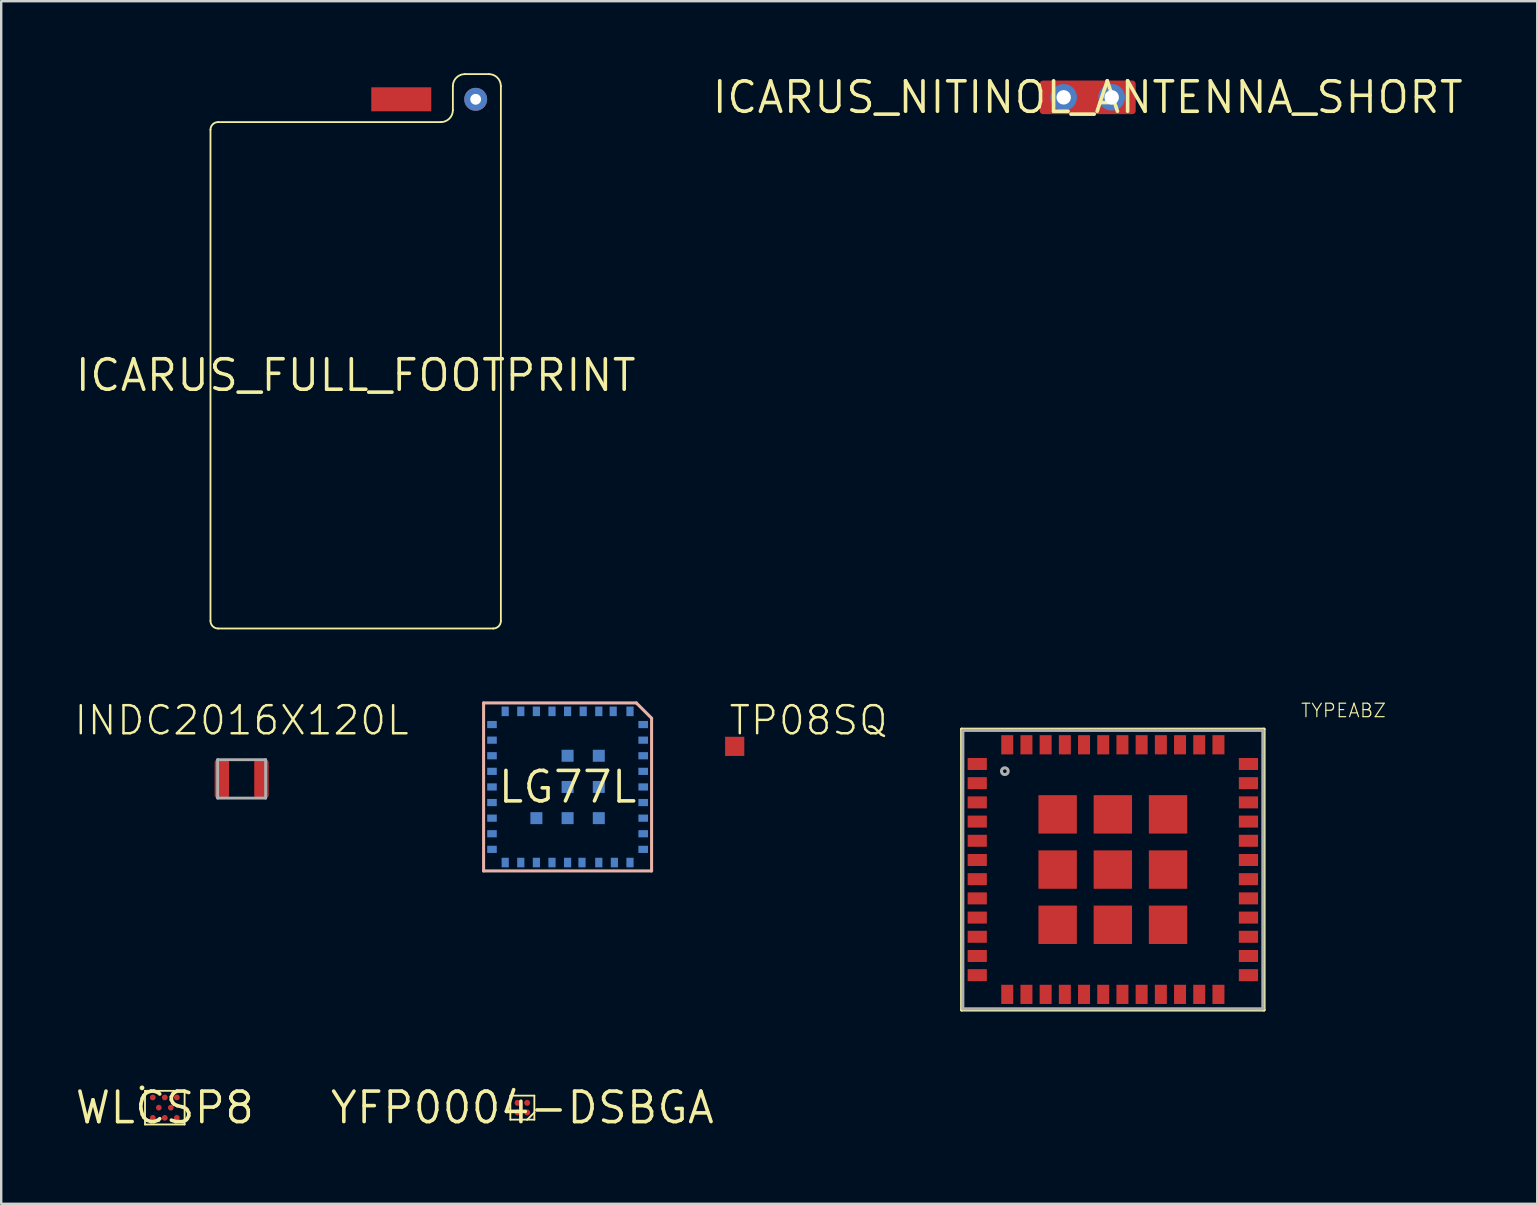
<source format=kicad_pcb>
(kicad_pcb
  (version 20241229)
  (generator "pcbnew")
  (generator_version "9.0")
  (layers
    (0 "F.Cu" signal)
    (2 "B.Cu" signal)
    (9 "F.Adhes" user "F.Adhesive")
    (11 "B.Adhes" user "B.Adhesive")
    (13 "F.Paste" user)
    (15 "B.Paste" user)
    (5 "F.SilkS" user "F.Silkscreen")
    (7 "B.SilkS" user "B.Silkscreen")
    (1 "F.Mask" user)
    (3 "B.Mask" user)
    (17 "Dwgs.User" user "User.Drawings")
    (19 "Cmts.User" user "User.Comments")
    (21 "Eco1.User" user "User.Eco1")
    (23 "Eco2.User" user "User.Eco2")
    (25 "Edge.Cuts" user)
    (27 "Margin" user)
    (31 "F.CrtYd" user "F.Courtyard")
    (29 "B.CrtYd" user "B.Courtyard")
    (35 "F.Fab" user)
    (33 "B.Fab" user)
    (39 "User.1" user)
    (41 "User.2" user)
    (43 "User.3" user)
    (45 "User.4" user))
  (footprint "YFP0004-DSBGA"
    (layer "F.Cu")
    (at 18.715 43.103)
    (property "Reference" "YFP0004-DSBGA" (at 0 0 0) (layer "F.SilkS") (effects (font (size 1.27 1.27) (thickness 0.15))))
    (fp_line (start -0.5 -0.5) (end -0.5 0.5) (stroke (width 0.076) (type solid)) (layer "F.SilkS"))
    (fp_line (start -0.5 0.5) (end 0.2 0.5) (stroke (width 0.076) (type solid)) (layer "F.SilkS"))
    (fp_line (start 0.2 0.5) (end 0.5 0.2) (stroke (width 0.076) (type solid)) (layer "F.SilkS"))
    (fp_line (start 0.2 0.5) (end 0.5 0.5) (stroke (width 0.076) (type solid)) (layer "F.SilkS"))
    (fp_line (start 0.5 -0.5) (end -0.5 -0.5) (stroke (width 0.076) (type solid)) (layer "F.SilkS"))
    (fp_line (start 0.5 0.2) (end 0.5 -0.5) (stroke (width 0.076) (type solid)) (layer "F.SilkS"))
    (fp_line (start 0.5 0.5) (end 0.5 0.2) (stroke (width 0.076) (type solid)) (layer "F.SilkS"))
    (pad "A1" smd roundrect (at 0.2 0.2) (size 0.25 0.25) (layers "F.Cu" "F.Mask" "F.Paste") (roundrect_rratio 0.5))
    (pad "A2" smd roundrect (at -0.2 0.2) (size 0.25 0.25) (layers "F.Cu" "F.Mask" "F.Paste") (roundrect_rratio 0.5))
    (pad "B1" smd roundrect (at 0.2 -0.2) (size 0.25 0.25) (layers "F.Cu" "F.Mask" "F.Paste") (roundrect_rratio 0.5))
    (pad "B2" smd roundrect (at -0.2 -0.2) (size 0.25 0.25) (layers "F.Cu" "F.Mask" "F.Paste") (roundrect_rratio 0.5)))
  (footprint "TP08SQ"
    (layer "F.Cu")
    (at 27.563 28.049)
    (property "Reference" "TP08SQ" (at -0.3 -0.4 0) (layer "F.SilkS") (effects (font (size 1.168 1.168) (thickness 0.102)) (justify left bottom)))
    (pad "TP" smd rect (at 0 0) (size 0.8 0.8) (layers "F.Cu" "F.Mask")))
  (footprint "LG77L"
    (layer "F.Cu")
    (at 20.6 29.74)
    (property "Reference" "LG77L" (at 0 0 0) (layer "F.SilkS") (effects (font (size 1.27 1.27) (thickness 0.15))))
    (fp_line (start -3.5 -3.5) (end 2.865 -3.5) (stroke (width 0.127) (type solid)) (layer "B.SilkS"))
    (fp_line (start -3.5 3.5) (end -3.5 -3.5) (stroke (width 0.127) (type solid)) (layer "B.SilkS"))
    (fp_line (start 2.865 -3.5) (end 3.5 -2.865) (stroke (width 0.127) (type solid)) (layer "B.SilkS"))
    (fp_line (start 3.5 -2.865) (end 3.5 3.5) (stroke (width 0.127) (type solid)) (layer "B.SilkS"))
    (fp_line (start 3.5 3.5) (end -3.5 3.5) (stroke (width 0.127) (type solid)) (layer "B.SilkS"))
    (pad "P$1" smd rect (at 3.15 -2.6 270) (size 0.3 0.4) (layers "B.Cu" "B.Mask" "B.Paste"))
    (pad "P$2" smd rect (at 3.15 -1.95 90) (size 0.3 0.4) (layers "B.Cu" "B.Mask" "B.Paste"))
    (pad "P$3" smd rect (at 3.15 -1.3 90) (size 0.3 0.4) (layers "B.Cu" "B.Mask" "B.Paste"))
    (pad "P$4" smd rect (at 3.15 -0.65 90) (size 0.3 0.4) (layers "B.Cu" "B.Mask" "B.Paste"))
    (pad "P$5" smd rect (at 3.15 0 90) (size 0.3 0.4) (layers "B.Cu" "B.Mask" "B.Paste"))
    (pad "P$6" smd rect (at 3.15 0.65 90) (size 0.3 0.4) (layers "B.Cu" "B.Mask" "B.Paste"))
    (pad "P$7" smd rect (at 3.15 1.3 90) (size 0.3 0.4) (layers "B.Cu" "B.Mask" "B.Paste"))
    (pad "P$8" smd rect (at 3.15 1.95 90) (size 0.3 0.4) (layers "B.Cu" "B.Mask" "B.Paste"))
    (pad "P$9" smd rect (at 3.15 2.6 90) (size 0.3 0.4) (layers "B.Cu" "B.Mask" "B.Paste"))
    (pad "P$10" smd rect (at 2.6 3.15 180) (size 0.3 0.4) (layers "B.Cu" "B.Mask" "B.Paste"))
    (pad "P$11" smd rect (at 1.95 3.15 180) (size 0.3 0.4) (layers "B.Cu" "B.Mask" "B.Paste"))
    (pad "P$12" smd rect (at 1.3 3.15 180) (size 0.3 0.4) (layers "B.Cu" "B.Mask" "B.Paste"))
    (pad "P$13" smd rect (at 0.6 3.15 180) (size 0.3 0.4) (layers "B.Cu" "B.Mask" "B.Paste"))
    (pad "P$14" smd rect (at 0 3.15 180) (size 0.3 0.4) (layers "B.Cu" "B.Mask" "B.Paste"))
    (pad "P$15" smd rect (at -0.65 3.15 180) (size 0.3 0.4) (layers "B.Cu" "B.Mask" "B.Paste"))
    (pad "P$16" smd rect (at -1.3 3.15 180) (size 0.3 0.4) (layers "B.Cu" "B.Mask" "B.Paste"))
    (pad "P$17" smd rect (at -1.95 3.15 180) (size 0.3 0.4) (layers "B.Cu" "B.Mask" "B.Paste"))
    (pad "P$18" smd rect (at -2.6 3.15 180) (size 0.3 0.4) (layers "B.Cu" "B.Mask" "B.Paste"))
    (pad "P$19" smd rect (at -3.15 2.6 270) (size 0.3 0.4) (layers "B.Cu" "B.Mask" "B.Paste"))
    (pad "P$20" smd rect (at -3.15 1.95 270) (size 0.3 0.4) (layers "B.Cu" "B.Mask" "B.Paste"))
    (pad "P$21" smd rect (at -3.15 1.3 270) (size 0.3 0.4) (layers "B.Cu" "B.Mask" "B.Paste"))
    (pad "P$22" smd rect (at -3.15 0.65 270) (size 0.3 0.4) (layers "B.Cu" "B.Mask" "B.Paste"))
    (pad "P$23" smd rect (at -3.15 0 270) (size 0.3 0.4) (layers "B.Cu" "B.Mask" "B.Paste"))
    (pad "P$24" smd rect (at -3.15 -0.65 270) (size 0.3 0.4) (layers "B.Cu" "B.Mask" "B.Paste"))
    (pad "P$25" smd rect (at -3.15 -1.3 270) (size 0.3 0.4) (layers "B.Cu" "B.Mask" "B.Paste"))
    (pad "P$26" smd rect (at -3.15 -1.95 270) (size 0.3 0.4) (layers "B.Cu" "B.Mask" "B.Paste"))
    (pad "P$27" smd rect (at -3.15 -2.6 270) (size 0.3 0.4) (layers "B.Cu" "B.Mask" "B.Paste"))
    (pad "P$28" smd rect (at -2.6 -3.15) (size 0.3 0.4) (layers "B.Cu" "B.Mask" "B.Paste"))
    (pad "P$29" smd rect (at -1.95 -3.15) (size 0.3 0.4) (layers "B.Cu" "B.Mask" "B.Paste"))
    (pad "P$30" smd rect (at -1.3 -3.15) (size 0.3 0.4) (layers "B.Cu" "B.Mask" "B.Paste"))
    (pad "P$31" smd rect (at -0.65 -3.15) (size 0.3 0.4) (layers "B.Cu" "B.Mask" "B.Paste"))
    (pad "P$32" smd rect (at 0 -3.15) (size 0.3 0.4) (layers "B.Cu" "B.Mask" "B.Paste"))
    (pad "P$33" smd rect (at 0.65 -3.15) (size 0.3 0.4) (layers "B.Cu" "B.Mask" "B.Paste"))
    (pad "P$34" smd rect (at 1.3 -3.15) (size 0.3 0.4) (layers "B.Cu" "B.Mask" "B.Paste"))
    (pad "P$35" smd rect (at 1.9 -3.15) (size 0.3 0.4) (layers "B.Cu" "B.Mask" "B.Paste"))
    (pad "P$36" smd rect (at 2.6 -3.15) (size 0.3 0.4) (layers "B.Cu" "B.Mask" "B.Paste"))
    (pad "P$37" smd rect (at 0 0) (size 0.5 0.5) (layers "B.Cu" "B.Mask" "B.Paste"))
    (pad "P$38" smd rect (at 0 -1.3) (size 0.5 0.5) (layers "B.Cu" "B.Mask" "B.Paste"))
    (pad "P$39" smd rect (at 1.3 -1.3) (size 0.5 0.5) (layers "B.Cu" "B.Mask" "B.Paste"))
    (pad "P$40" smd rect (at 1.3 0) (size 0.5 0.5) (layers "B.Cu" "B.Mask" "B.Paste"))
    (pad "P$41" smd rect (at 1.3 1.3) (size 0.5 0.5) (layers "B.Cu" "B.Mask" "B.Paste"))
    (pad "P$42" smd rect (at 0 1.3) (size 0.5 0.5) (layers "B.Cu" "B.Mask" "B.Paste"))
    (pad "P$43" smd rect (at -1.3 1.3) (size 0.5 0.5) (layers "B.Cu" "B.Mask" "B.Paste")))
  (footprint "TYPEABZ"
    (layer "F.Cu")
    (at 43.319 33.183)
    (property "Reference" "TYPEABZ" (at 7.8 -6.3 0) (layer "F.SilkS") (effects (font (size 0.561 0.561) (thickness 0.049)) (justify left bottom)))
    (fp_line (start -6.3 -5.85) (end 6.3 -5.85) (stroke (width 0.127) (type solid)) (layer "F.SilkS"))
    (fp_line (start -6.3 5.85) (end -6.3 -5.85) (stroke (width 0.127) (type solid)) (layer "F.SilkS"))
    (fp_line (start 6.3 -5.85) (end 6.3 5.85) (stroke (width 0.127) (type solid)) (layer "F.SilkS"))
    (fp_line (start 6.3 5.85) (end -6.3 5.85) (stroke (width 0.127) (type solid)) (layer "F.SilkS"))
    (fp_line (start -6.25 -5.8) (end 6.25 -5.8) (stroke (width 0.127) (type solid)) (layer "F.Fab"))
    (fp_line (start -6.25 5.8) (end -6.25 -5.8) (stroke (width 0.127) (type solid)) (layer "F.Fab"))
    (fp_line (start 6.25 -5.8) (end 6.25 5.8) (stroke (width 0.127) (type solid)) (layer "F.Fab"))
    (fp_line (start 6.25 5.8) (end -6.25 5.8) (stroke (width 0.127) (type solid)) (layer "F.Fab"))
    (fp_circle (center -4.5 -4.1) (end -4.359 -4.1) (stroke (width 0.127) (type solid)) (fill no) (layer "F.Fab"))
    (pad "P$1" smd rect (at -5.65 -4.4) (size 0.8 0.5) (layers "F.Cu" "F.Mask" "F.Paste"))
    (pad "P$2" smd rect (at -5.65 -3.6) (size 0.8 0.5) (layers "F.Cu" "F.Mask" "F.Paste"))
    (pad "P$3" smd rect (at -5.65 -2.8) (size 0.8 0.5) (layers "F.Cu" "F.Mask" "F.Paste"))
    (pad "P$4" smd rect (at -5.65 -2) (size 0.8 0.5) (layers "F.Cu" "F.Mask" "F.Paste"))
    (pad "P$5" smd rect (at -5.65 -1.2) (size 0.8 0.5) (layers "F.Cu" "F.Mask" "F.Paste"))
    (pad "P$6" smd rect (at -5.65 -0.4) (size 0.8 0.5) (layers "F.Cu" "F.Mask" "F.Paste"))
    (pad "P$7" smd rect (at -5.65 0.4) (size 0.8 0.5) (layers "F.Cu" "F.Mask" "F.Paste"))
    (pad "P$8" smd rect (at -5.65 1.2) (size 0.8 0.5) (layers "F.Cu" "F.Mask" "F.Paste"))
    (pad "P$9" smd rect (at -5.65 2) (size 0.8 0.5) (layers "F.Cu" "F.Mask" "F.Paste"))
    (pad "P$10" smd rect (at -5.65 2.8) (size 0.8 0.5) (layers "F.Cu" "F.Mask" "F.Paste"))
    (pad "P$11" smd rect (at -5.65 3.6) (size 0.8 0.5) (layers "F.Cu" "F.Mask" "F.Paste"))
    (pad "P$12" smd rect (at -5.65 4.4) (size 0.8 0.5) (layers "F.Cu" "F.Mask" "F.Paste"))
    (pad "P$13" smd rect (at -4.4 5.2 90) (size 0.8 0.5) (layers "F.Cu" "F.Mask" "F.Paste"))
    (pad "P$14" smd rect (at -3.6 5.2 90) (size 0.8 0.5) (layers "F.Cu" "F.Mask" "F.Paste"))
    (pad "P$15" smd rect (at -2.8 5.2 90) (size 0.8 0.5) (layers "F.Cu" "F.Mask" "F.Paste"))
    (pad "P$16" smd rect (at -2 5.2 90) (size 0.8 0.5) (layers "F.Cu" "F.Mask" "F.Paste"))
    (pad "P$17" smd rect (at -1.2 5.2 90) (size 0.8 0.5) (layers "F.Cu" "F.Mask" "F.Paste"))
    (pad "P$18" smd rect (at -0.4 5.2 90) (size 0.8 0.5) (layers "F.Cu" "F.Mask" "F.Paste"))
    (pad "P$19" smd rect (at 0.4 5.2 90) (size 0.8 0.5) (layers "F.Cu" "F.Mask" "F.Paste"))
    (pad "P$20" smd rect (at 1.2 5.2 90) (size 0.8 0.5) (layers "F.Cu" "F.Mask" "F.Paste"))
    (pad "P$21" smd rect (at 2 5.2 90) (size 0.8 0.5) (layers "F.Cu" "F.Mask" "F.Paste"))
    (pad "P$22" smd rect (at 2.8 5.2 90) (size 0.8 0.5) (layers "F.Cu" "F.Mask" "F.Paste"))
    (pad "P$23" smd rect (at 3.6 5.2 90) (size 0.8 0.5) (layers "F.Cu" "F.Mask" "F.Paste"))
    (pad "P$24" smd rect (at 4.4 5.2 90) (size 0.8 0.5) (layers "F.Cu" "F.Mask" "F.Paste"))
    (pad "P$25" smd rect (at 5.65 4.4 180) (size 0.8 0.5) (layers "F.Cu" "F.Mask" "F.Paste"))
    (pad "P$26" smd rect (at 5.65 3.6 180) (size 0.8 0.5) (layers "F.Cu" "F.Mask" "F.Paste"))
    (pad "P$27" smd rect (at 5.65 2.8 180) (size 0.8 0.5) (layers "F.Cu" "F.Mask" "F.Paste"))
    (pad "P$28" smd rect (at 5.65 2 180) (size 0.8 0.5) (layers "F.Cu" "F.Mask" "F.Paste"))
    (pad "P$29" smd rect (at 5.65 1.2 180) (size 0.8 0.5) (layers "F.Cu" "F.Mask" "F.Paste"))
    (pad "P$30" smd rect (at 5.65 0.4 180) (size 0.8 0.5) (layers "F.Cu" "F.Mask" "F.Paste"))
    (pad "P$31" smd rect (at 5.65 -0.4 180) (size 0.8 0.5) (layers "F.Cu" "F.Mask" "F.Paste"))
    (pad "P$32" smd rect (at 5.65 -1.2 180) (size 0.8 0.5) (layers "F.Cu" "F.Mask" "F.Paste"))
    (pad "P$33" smd rect (at 5.65 -2 180) (size 0.8 0.5) (layers "F.Cu" "F.Mask" "F.Paste"))
    (pad "P$34" smd rect (at 5.65 -2.8 180) (size 0.8 0.5) (layers "F.Cu" "F.Mask" "F.Paste"))
    (pad "P$35" smd rect (at 5.65 -3.6 180) (size 0.8 0.5) (layers "F.Cu" "F.Mask" "F.Paste"))
    (pad "P$36" smd rect (at 5.65 -4.4 180) (size 0.8 0.5) (layers "F.Cu" "F.Mask" "F.Paste"))
    (pad "P$37" smd rect (at 4.4 -5.2 270) (size 0.8 0.5) (layers "F.Cu" "F.Mask" "F.Paste"))
    (pad "P$38" smd rect (at 3.6 -5.2 270) (size 0.8 0.5) (layers "F.Cu" "F.Mask" "F.Paste"))
    (pad "P$39" smd rect (at 2.8 -5.2 270) (size 0.8 0.5) (layers "F.Cu" "F.Mask" "F.Paste"))
    (pad "P$40" smd rect (at 2 -5.2 270) (size 0.8 0.5) (layers "F.Cu" "F.Mask" "F.Paste"))
    (pad "P$41" smd rect (at 1.2 -5.2 270) (size 0.8 0.5) (layers "F.Cu" "F.Mask" "F.Paste"))
    (pad "P$42" smd rect (at 0.4 -5.2 270) (size 0.8 0.5) (layers "F.Cu" "F.Mask" "F.Paste"))
    (pad "P$43" smd rect (at -0.4 -5.2 270) (size 0.8 0.5) (layers "F.Cu" "F.Mask" "F.Paste"))
    (pad "P$44" smd rect (at -1.2 -5.2 270) (size 0.8 0.5) (layers "F.Cu" "F.Mask" "F.Paste"))
    (pad "P$45" smd rect (at -2 -5.2 270) (size 0.8 0.5) (layers "F.Cu" "F.Mask" "F.Paste"))
    (pad "P$46" smd rect (at -2.8 -5.2 270) (size 0.8 0.5) (layers "F.Cu" "F.Mask" "F.Paste"))
    (pad "P$47" smd rect (at -3.6 -5.2 270) (size 0.8 0.5) (layers "F.Cu" "F.Mask" "F.Paste"))
    (pad "P$48" smd rect (at -4.4 -5.2 270) (size 0.8 0.5) (layers "F.Cu" "F.Mask" "F.Paste"))
    (pad "P$49" smd rect (at -2.3 -2.3) (size 1.6 1.6) (layers "F.Cu" "F.Mask" "F.Paste"))
    (pad "P$50" smd rect (at 0 -2.3) (size 1.6 1.6) (layers "F.Cu" "F.Mask" "F.Paste"))
    (pad "P$51" smd rect (at 2.3 -2.3) (size 1.6 1.6) (layers "F.Cu" "F.Mask" "F.Paste"))
    (pad "P$52" smd rect (at -2.3 0) (size 1.6 1.6) (layers "F.Cu" "F.Mask" "F.Paste"))
    (pad "P$53" smd rect (at 0 0) (size 1.6 1.6) (layers "F.Cu" "F.Mask" "F.Paste"))
    (pad "P$54" smd rect (at 2.3 0) (size 1.6 1.6) (layers "F.Cu" "F.Mask" "F.Paste"))
    (pad "P$55" smd rect (at -2.3 2.3) (size 1.6 1.6) (layers "F.Cu" "F.Mask" "F.Paste"))
    (pad "P$56" smd rect (at 0 2.3) (size 1.6 1.6) (layers "F.Cu" "F.Mask" "F.Paste"))
    (pad "P$57" smd rect (at 2.3 2.3) (size 1.6 1.6) (layers "F.Cu" "F.Mask" "F.Paste")))
  (footprint "ICARUS_FULL_FOOTPRINT"
    (layer "F.Cu")
    (at 11.77 12.588)
    (property "Reference" "ICARUS_FULL_FOOTPRINT" (at 0 0 0) (layer "F.SilkS") (effects (font (size 1.27 1.27) (thickness 0.15))))
    (fp_line (start -6.05 -10.232) (end -6.05 10.232) (stroke (width 0.076) (type solid)) (layer "F.SilkS"))
    (fp_line (start -5.732 10.55) (end 5.732 10.55) (stroke (width 0.076) (type solid)) (layer "F.SilkS"))
    (fp_line (start 3.55 -10.55) (end -5.732 -10.55) (stroke (width 0.076) (type solid)) (layer "F.SilkS"))
    (fp_line (start 4.05 -12.05) (end 4.05 -11.05) (stroke (width 0.076) (type solid)) (layer "F.SilkS"))
    (fp_line (start 5.55 -12.55) (end 4.55 -12.55) (stroke (width 0.076) (type solid)) (layer "F.SilkS"))
    (fp_line (start 6.05 10.232) (end 6.05 -12.05) (stroke (width 0.076) (type solid)) (layer "F.SilkS"))
    (fp_arc (start -6.05 -10.2325) (mid -5.957006 -10.457006) (end -5.7325 -10.55) (stroke (width 0.0762) (type solid)) (layer "F.SilkS"))
    (fp_arc (start -5.7325 10.55) (mid -5.957006 10.457006) (end -6.05 10.2325) (stroke (width 0.0762) (type solid)) (layer "F.SilkS"))
    (fp_arc (start 4.05 -12.05) (mid 4.196447 -12.403553) (end 4.55 -12.55) (stroke (width 0.0762) (type solid)) (layer "F.SilkS"))
    (fp_arc (start 4.05 -11.05) (mid 3.903553 -10.696447) (end 3.55 -10.55) (stroke (width 0.0762) (type solid)) (layer "F.SilkS"))
    (fp_arc (start 5.55 -12.55) (mid 5.903553 -12.403553) (end 6.05 -12.05) (stroke (width 0.0762) (type solid)) (layer "F.SilkS"))
    (fp_arc (start 6.05 10.2325) (mid 5.957006 10.457006) (end 5.7325 10.55) (stroke (width 0.0762) (type solid)) (layer "F.SilkS"))
    (pad "P$1" thru_hole circle (at 5 -11.5) (size 0.958 0.958) (drill 0.45) (layers "*.Cu" "*.Mask"))
    (pad "P$2" smd rect (at 1.9 -11.5) (size 2.5 1) (layers "F.Cu" "F.Mask" "F.Paste")))
  (footprint "ICARUS_NITINOL_ANTENNA_SHORT"
    (layer "F.Cu")
    (at 42.271 1.006)
    (property "Reference" "ICARUS_NITINOL_ANTENNA_SHORT" (at 0 0 0) (layer "F.SilkS") (effects (font (size 1.27 1.27) (thickness 0.15))))
    (pad "1" smd roundrect (at 0 0 90) (size 1.4 4) (layers "F.Cu" "F.Mask" "F.Paste") (roundrect_rratio 0.1))
    (pad "2" thru_hole circle (at -1 0) (size 1.108 1.108) (drill 0.6) (layers "*.Cu" "*.Mask"))
    (pad "3" thru_hole circle (at 1 0) (size 1.108 1.108) (drill 0.6) (layers "*.Cu" "*.Mask")))
  (footprint "WLCSP8"
    (layer "F.Cu")
    (at 3.817 43.103)
    (property "Reference" "WLCSP8" (at 0 0 0) (layer "F.SilkS") (effects (font (size 1.27 1.27) (thickness 0.15))))
    (fp_line (start -0.825 -0.7) (end -0.625 -0.7) (stroke (width 0.076) (type solid)) (layer "F.SilkS"))
    (fp_line (start -0.825 -0.5) (end -0.825 -0.7) (stroke (width 0.076) (type solid)) (layer "F.SilkS"))
    (fp_line (start -0.825 0.7) (end -0.825 -0.5) (stroke (width 0.076) (type solid)) (layer "F.SilkS"))
    (fp_line (start -0.625 -0.7) (end 0.825 -0.7) (stroke (width 0.076) (type solid)) (layer "F.SilkS"))
    (fp_line (start 0.825 -0.7) (end 0.825 0.7) (stroke (width 0.076) (type solid)) (layer "F.SilkS"))
    (fp_line (start 0.825 0.7) (end -0.825 0.7) (stroke (width 0.076) (type solid)) (layer "F.SilkS"))
    (fp_circle (center -0.95 -0.825) (end -0.9 -0.825) (stroke (width 0.1) (type solid)) (fill yes) (layer "F.SilkS"))
    (pad "P$1" smd roundrect (at -0.5 -0.425) (size 0.24 0.24) (layers "F.Cu" "F.Mask" "F.Paste") (roundrect_rratio 0.5))
    (pad "P$2" smd roundrect (at 0 -0.425) (size 0.24 0.24) (layers "F.Cu" "F.Mask" "F.Paste") (roundrect_rratio 0.5))
    (pad "P$3" smd roundrect (at 0.5 -0.425) (size 0.24 0.24) (layers "F.Cu" "F.Mask" "F.Paste") (roundrect_rratio 0.5))
    (pad "P$4" smd roundrect (at -0.25 0) (size 0.24 0.24) (layers "F.Cu" "F.Mask" "F.Paste") (roundrect_rratio 0.5))
    (pad "P$5" smd roundrect (at 0.25 0) (size 0.24 0.24) (layers "F.Cu" "F.Mask" "F.Paste") (roundrect_rratio 0.5))
    (pad "P$6" smd roundrect (at -0.5 0.425) (size 0.24 0.24) (layers "F.Cu" "F.Mask" "F.Paste") (roundrect_rratio 0.5))
    (pad "P$7" smd roundrect (at 0 0.425) (size 0.24 0.24) (layers "F.Cu" "F.Mask" "F.Paste") (roundrect_rratio 0.5))
    (pad "P$8" smd roundrect (at 0.5 0.425) (size 0.24 0.24) (layers "F.Cu" "F.Mask" "F.Paste") (roundrect_rratio 0.5)))
  (footprint "INDC2016X120L"
    (layer "F.Cu")
    (at 7.018 29.404)
    (property "Reference" "INDC2016X120L" (at 0 -1.755 0) (layer "F.SilkS") (effects (font (size 1.168 1.168) (thickness 0.102)) (justify bottom)))
    (fp_line (start -1 -0.8) (end 1 -0.8) (stroke (width 0.12) (type solid)) (layer "F.Fab"))
    (fp_line (start -1 0.8) (end -1 -0.8) (stroke (width 0.12) (type solid)) (layer "F.Fab"))
    (fp_line (start 1 -0.8) (end 1 0.8) (stroke (width 0.12) (type solid)) (layer "F.Fab"))
    (fp_line (start 1 0.8) (end -1 0.8) (stroke (width 0.12) (type solid)) (layer "F.Fab"))
    (pad "1" smd roundrect (at -0.825 0) (size 0.6 1.612) (layers "F.Cu" "F.Mask" "F.Paste") (roundrect_rratio 0.2))
    (pad "2" smd roundrect (at 0.825 0) (size 0.6 1.612) (layers "F.Cu" "F.Mask" "F.Paste") (roundrect_rratio 0.2)))
  (gr_rect
    (start -3 -3)
    (end 61.002 47.109)
    (stroke (width 0.1) (type default))
    (fill no)
    (layer "Edge.Cuts")))
</source>
